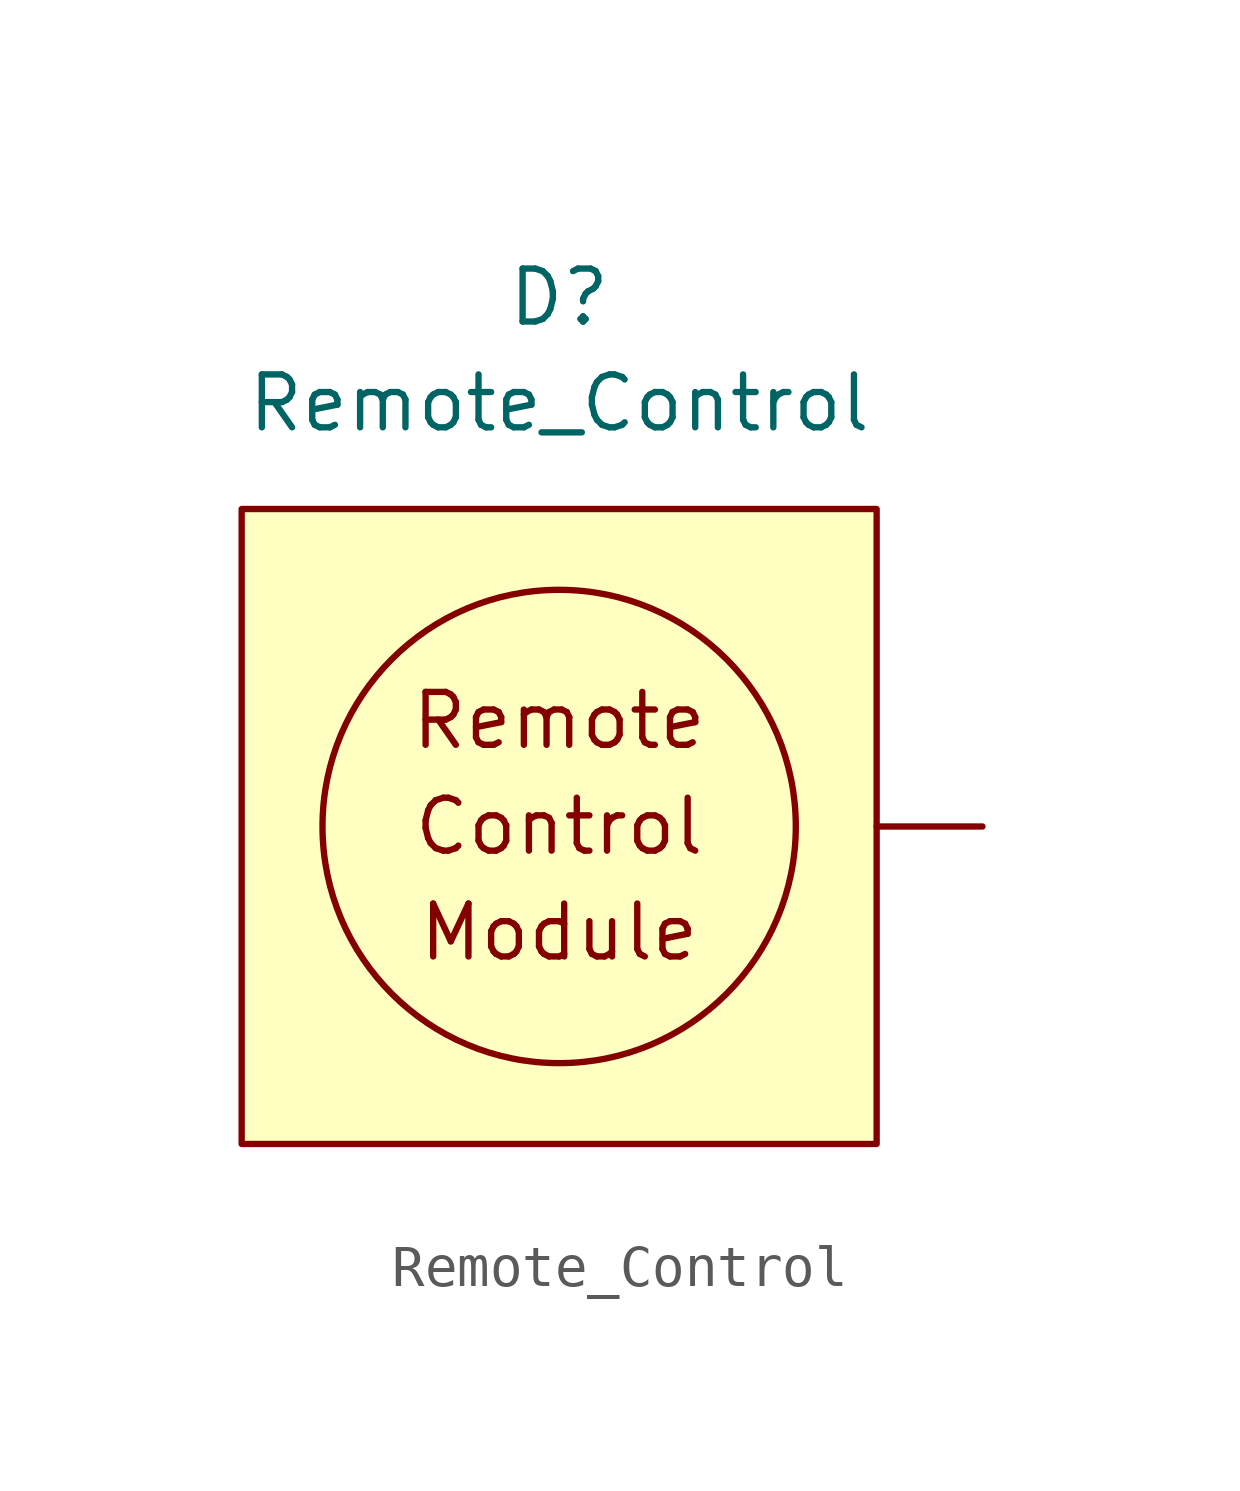
<source format=kicad_sym>
(kicad_symbol_lib
  (version 20211014)
  (generator kicad_symbol_editor)
  (symbol "Remote_Control"
    (property "Reference" "D"
      (at 0 12.7 0)
      (effects (font (size 1.27 1.27))))
    (property "Value" "Remote_Control"
      (at 0 10.16 0)
      (effects (font (size 1.27 1.27))))
    (symbol "Remote_Control_0_0"
      (circle (center 0 0) (radius 5.68) (stroke (width 0) (type default) (color 0 0 0 0)) (fill (type none)))
      (text "Control" (at 0 0 0) (effects (font (size 1.27 1.27))))
      (text "Module" (at 0 -2.54 0) (effects (font (size 1.27 1.27))))
      (text "Remote" (at 0 2.54 0) (effects (font (size 1.27 1.27)))))
    (symbol "Remote_Control_0_1"
      (rectangle (start -7.62 7.62) (end 7.62 -7.62) (stroke (width 0) (type default) (color 0 0 0 0)) (fill (type background))))
    (symbol "Remote_Control_1_1"
      (pin input line (at 10.16 0 180) (length 2.54) (name "" (effects (font (size 1.27 1.27)))) (number "" (effects (font (size 1.27 1.27))))))))
</source>
